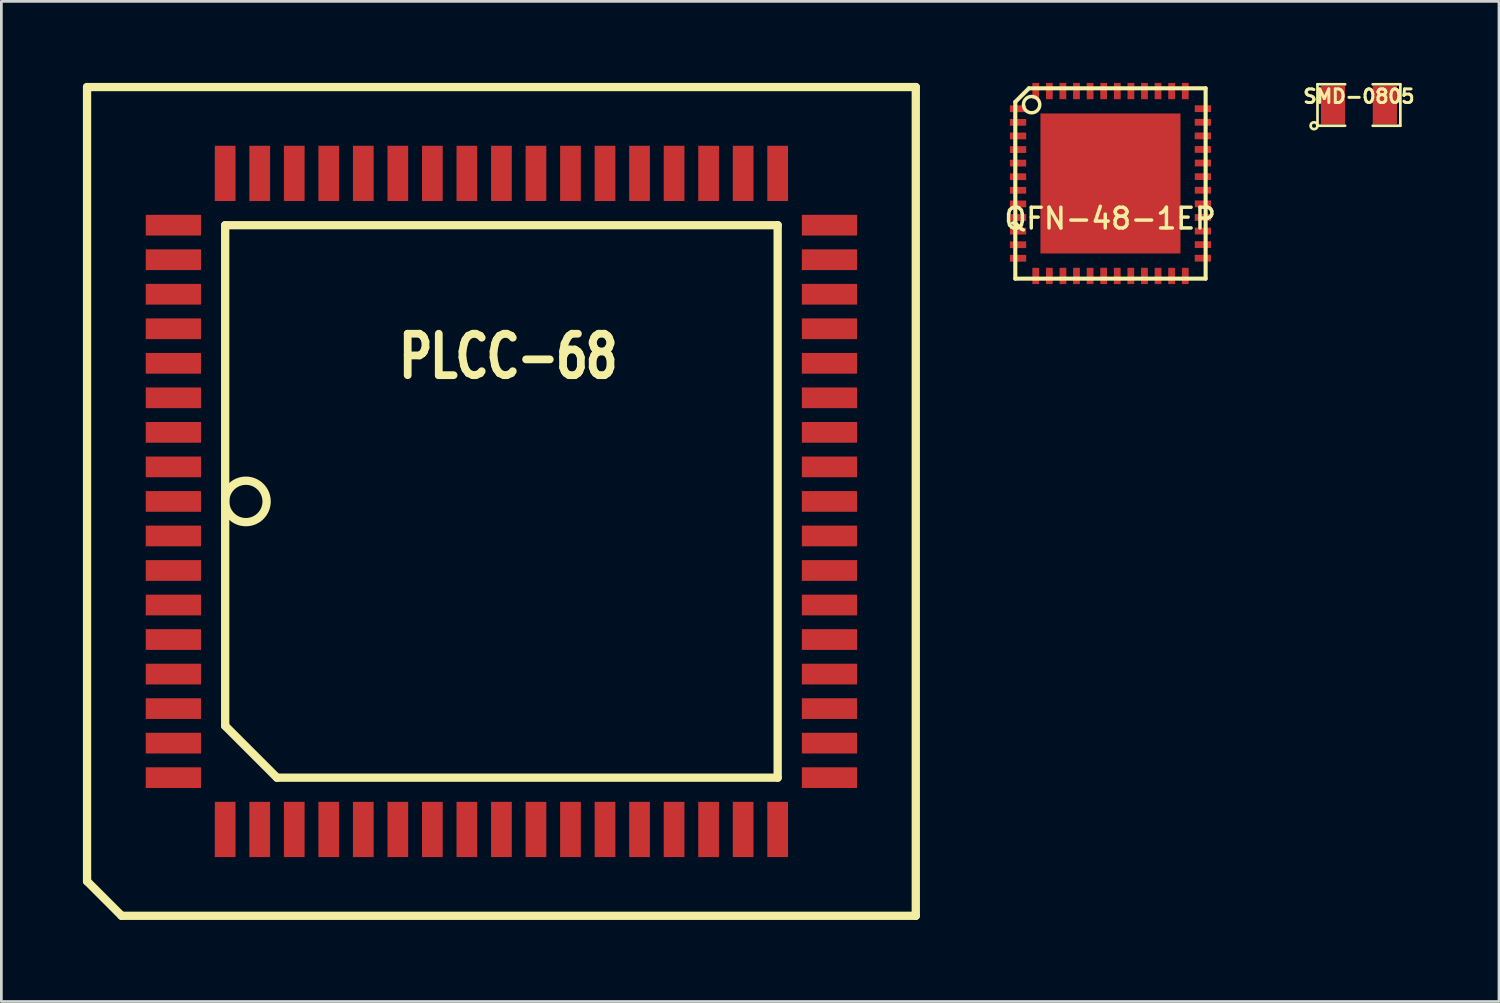
<source format=kicad_pcb>
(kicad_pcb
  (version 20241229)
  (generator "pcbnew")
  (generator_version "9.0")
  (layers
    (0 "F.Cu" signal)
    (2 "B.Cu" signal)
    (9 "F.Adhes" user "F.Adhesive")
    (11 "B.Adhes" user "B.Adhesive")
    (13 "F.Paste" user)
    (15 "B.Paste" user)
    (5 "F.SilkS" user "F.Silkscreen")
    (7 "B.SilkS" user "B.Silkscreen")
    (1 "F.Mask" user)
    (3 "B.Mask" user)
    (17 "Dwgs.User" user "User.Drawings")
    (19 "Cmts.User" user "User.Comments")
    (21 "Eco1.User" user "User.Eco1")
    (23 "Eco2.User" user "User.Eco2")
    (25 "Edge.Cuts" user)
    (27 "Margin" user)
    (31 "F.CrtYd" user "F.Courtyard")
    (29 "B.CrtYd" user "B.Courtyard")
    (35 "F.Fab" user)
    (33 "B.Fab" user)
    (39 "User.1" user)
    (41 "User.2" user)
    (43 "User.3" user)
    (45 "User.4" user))
  (footprint "SMD-0805"
    (layer "F.Cu")
    (at 46.93 0.812)
    (property "Reference" "SMD-0805" (at 0 -0.318 0) (layer "F.SilkS") (effects (font (size 0.5 0.5) (thickness 0.109))))
    (attr smd)
    (fp_line (start -1.524 -0.762) (end -0.508 -0.762) (stroke (width 0.099) (type solid)) (layer "F.SilkS"))
    (fp_line (start -1.524 0.762) (end -1.524 -0.762) (stroke (width 0.099) (type solid)) (layer "F.SilkS"))
    (fp_line (start -0.508 0.762) (end -1.524 0.762) (stroke (width 0.099) (type solid)) (layer "F.SilkS"))
    (fp_line (start 0.508 -0.762) (end 1.524 -0.762) (stroke (width 0.099) (type solid)) (layer "F.SilkS"))
    (fp_line (start 1.524 -0.762) (end 1.524 0.762) (stroke (width 0.099) (type solid)) (layer "F.SilkS"))
    (fp_line (start 1.524 0.762) (end 0.508 0.762) (stroke (width 0.099) (type solid)) (layer "F.SilkS"))
    (fp_circle (center -1.651 0.762) (end -1.651 0.635) (stroke (width 0.099) (type solid)) (fill no) (layer "F.SilkS"))
    (pad "1" smd rect (at -0.953 0) (size 0.889 1.397) (layers "F.Cu" "F.Mask" "F.Paste"))
    (pad "2" smd rect (at 0.953 0) (size 0.889 1.397) (layers "F.Cu" "F.Mask" "F.Paste")))
  (footprint "PLCC-68"
    (layer "F.Cu")
    (at 15.392 15.392)
    (property "Reference" "PLCC-68" (at 0.254 -5.334 0) (layer "F.SilkS") (effects (font (size 1.524 1.143) (thickness 0.305))))
    (attr smd)
    (fp_line (start -15.24 -15.24) (end -15.24 13.97) (stroke (width 0.305) (type solid)) (layer "F.SilkS"))
    (fp_line (start -15.24 13.97) (end -13.97 15.24) (stroke (width 0.305) (type solid)) (layer "F.SilkS"))
    (fp_line (start -13.97 15.24) (end 15.24 15.24) (stroke (width 0.305) (type solid)) (layer "F.SilkS"))
    (fp_line (start -10.16 -10.16) (end 10.16 -10.16) (stroke (width 0.305) (type solid)) (layer "F.SilkS"))
    (fp_line (start -10.16 8.255) (end -10.16 -10.16) (stroke (width 0.305) (type solid)) (layer "F.SilkS"))
    (fp_line (start -8.255 10.16) (end -10.16 8.255) (stroke (width 0.305) (type solid)) (layer "F.SilkS"))
    (fp_line (start 10.16 -10.16) (end 10.16 10.16) (stroke (width 0.305) (type solid)) (layer "F.SilkS"))
    (fp_line (start 10.16 10.16) (end -8.255 10.16) (stroke (width 0.305) (type solid)) (layer "F.SilkS"))
    (fp_line (start 15.24 -15.24) (end -15.24 -15.24) (stroke (width 0.305) (type solid)) (layer "F.SilkS"))
    (fp_line (start 15.24 15.24) (end 15.24 -15.24) (stroke (width 0.305) (type solid)) (layer "F.SilkS"))
    (fp_circle (center -9.398 0) (end -10.16 0) (stroke (width 0.305) (type solid)) (fill no) (layer "F.SilkS"))
    (pad "1" smd rect (at -12.065 0) (size 2.032 0.762) (layers "F.Cu" "F.Mask" "F.Paste"))
    (pad "2" smd rect (at -12.065 1.27) (size 2.032 0.762) (layers "F.Cu" "F.Mask" "F.Paste"))
    (pad "3" smd rect (at -12.065 2.54) (size 2.032 0.762) (layers "F.Cu" "F.Mask" "F.Paste"))
    (pad "4" smd rect (at -12.065 3.81) (size 2.032 0.762) (layers "F.Cu" "F.Mask" "F.Paste"))
    (pad "5" smd rect (at -12.065 5.08) (size 2.032 0.762) (layers "F.Cu" "F.Mask" "F.Paste"))
    (pad "6" smd rect (at -12.065 6.35) (size 2.032 0.762) (layers "F.Cu" "F.Mask" "F.Paste"))
    (pad "7" smd rect (at -12.065 7.62) (size 2.032 0.762) (layers "F.Cu" "F.Mask" "F.Paste"))
    (pad "8" smd rect (at -12.065 8.89) (size 2.032 0.762) (layers "F.Cu" "F.Mask" "F.Paste"))
    (pad "9" smd rect (at -12.065 10.16) (size 2.032 0.762) (layers "F.Cu" "F.Mask" "F.Paste"))
    (pad "10" smd rect (at -10.16 12.065) (size 0.762 2.032) (layers "F.Cu" "F.Mask" "F.Paste"))
    (pad "11" smd rect (at -8.89 12.065) (size 0.762 2.032) (layers "F.Cu" "F.Mask" "F.Paste"))
    (pad "12" smd rect (at -7.62 12.065) (size 0.762 2.032) (layers "F.Cu" "F.Mask" "F.Paste"))
    (pad "13" smd rect (at -6.35 12.065) (size 0.762 2.032) (layers "F.Cu" "F.Mask" "F.Paste"))
    (pad "14" smd rect (at -5.08 12.065) (size 0.762 2.032) (layers "F.Cu" "F.Mask" "F.Paste"))
    (pad "15" smd rect (at -3.81 12.065) (size 0.762 2.032) (layers "F.Cu" "F.Mask" "F.Paste"))
    (pad "16" smd rect (at -2.54 12.065) (size 0.762 2.032) (layers "F.Cu" "F.Mask" "F.Paste"))
    (pad "17" smd rect (at -1.27 12.065) (size 0.762 2.032) (layers "F.Cu" "F.Mask" "F.Paste"))
    (pad "18" smd rect (at 0 12.065) (size 0.762 2.032) (layers "F.Cu" "F.Mask" "F.Paste"))
    (pad "19" smd rect (at 1.27 12.065) (size 0.762 2.032) (layers "F.Cu" "F.Mask" "F.Paste"))
    (pad "20" smd rect (at 2.54 12.065) (size 0.762 2.032) (layers "F.Cu" "F.Mask" "F.Paste"))
    (pad "21" smd rect (at 3.81 12.065) (size 0.762 2.032) (layers "F.Cu" "F.Mask" "F.Paste"))
    (pad "22" smd rect (at 5.08 12.065) (size 0.762 2.032) (layers "F.Cu" "F.Mask" "F.Paste"))
    (pad "23" smd rect (at 6.35 12.065) (size 0.762 2.032) (layers "F.Cu" "F.Mask" "F.Paste"))
    (pad "24" smd rect (at 7.62 12.065) (size 0.762 2.032) (layers "F.Cu" "F.Mask" "F.Paste"))
    (pad "25" smd rect (at 8.89 12.065) (size 0.762 2.032) (layers "F.Cu" "F.Mask" "F.Paste"))
    (pad "26" smd rect (at 10.16 12.065) (size 0.762 2.032) (layers "F.Cu" "F.Mask" "F.Paste"))
    (pad "27" smd rect (at 12.065 10.16) (size 2.032 0.762) (layers "F.Cu" "F.Mask" "F.Paste"))
    (pad "28" smd rect (at 12.065 8.89) (size 2.032 0.762) (layers "F.Cu" "F.Mask" "F.Paste"))
    (pad "29" smd rect (at 12.065 7.62) (size 2.032 0.762) (layers "F.Cu" "F.Mask" "F.Paste"))
    (pad "30" smd rect (at 12.065 6.35) (size 2.032 0.762) (layers "F.Cu" "F.Mask" "F.Paste"))
    (pad "31" smd rect (at 12.065 5.08) (size 2.032 0.762) (layers "F.Cu" "F.Mask" "F.Paste"))
    (pad "32" smd rect (at 12.065 3.81) (size 2.032 0.762) (layers "F.Cu" "F.Mask" "F.Paste"))
    (pad "33" smd rect (at 12.065 2.54) (size 2.032 0.762) (layers "F.Cu" "F.Mask" "F.Paste"))
    (pad "34" smd rect (at 12.065 1.27) (size 2.032 0.762) (layers "F.Cu" "F.Mask" "F.Paste"))
    (pad "35" smd rect (at 12.065 0) (size 2.032 0.762) (layers "F.Cu" "F.Mask" "F.Paste"))
    (pad "36" smd rect (at 12.065 -1.27) (size 2.032 0.762) (layers "F.Cu" "F.Mask" "F.Paste"))
    (pad "37" smd rect (at 12.065 -2.54) (size 2.032 0.762) (layers "F.Cu" "F.Mask" "F.Paste"))
    (pad "38" smd rect (at 12.065 -3.81) (size 2.032 0.762) (layers "F.Cu" "F.Mask" "F.Paste"))
    (pad "39" smd rect (at 12.065 -5.08) (size 2.032 0.762) (layers "F.Cu" "F.Mask" "F.Paste"))
    (pad "40" smd rect (at 12.065 -6.35) (size 2.032 0.762) (layers "F.Cu" "F.Mask" "F.Paste"))
    (pad "41" smd rect (at 12.065 -7.62) (size 2.032 0.762) (layers "F.Cu" "F.Mask" "F.Paste"))
    (pad "42" smd rect (at 12.065 -8.89) (size 2.032 0.762) (layers "F.Cu" "F.Mask" "F.Paste"))
    (pad "43" smd rect (at 12.065 -10.16) (size 2.032 0.762) (layers "F.Cu" "F.Mask" "F.Paste"))
    (pad "44" smd rect (at 10.16 -12.065) (size 0.762 2.032) (layers "F.Cu" "F.Mask" "F.Paste"))
    (pad "45" smd rect (at 8.89 -12.065) (size 0.762 2.032) (layers "F.Cu" "F.Mask" "F.Paste"))
    (pad "46" smd rect (at 7.62 -12.065) (size 0.762 2.032) (layers "F.Cu" "F.Mask" "F.Paste"))
    (pad "47" smd rect (at 6.35 -12.065) (size 0.762 2.032) (layers "F.Cu" "F.Mask" "F.Paste"))
    (pad "48" smd rect (at 5.08 -12.065) (size 0.762 2.032) (layers "F.Cu" "F.Mask" "F.Paste"))
    (pad "49" smd rect (at 3.81 -12.065) (size 0.762 2.032) (layers "F.Cu" "F.Mask" "F.Paste"))
    (pad "50" smd rect (at 2.54 -12.065) (size 0.762 2.032) (layers "F.Cu" "F.Mask" "F.Paste"))
    (pad "51" smd rect (at 1.27 -12.065) (size 0.762 2.032) (layers "F.Cu" "F.Mask" "F.Paste"))
    (pad "52" smd rect (at 0 -12.065) (size 0.762 2.032) (layers "F.Cu" "F.Mask" "F.Paste"))
    (pad "53" smd rect (at -1.27 -12.065) (size 0.762 2.032) (layers "F.Cu" "F.Mask" "F.Paste"))
    (pad "54" smd rect (at -2.54 -12.065) (size 0.762 2.032) (layers "F.Cu" "F.Mask" "F.Paste"))
    (pad "55" smd rect (at -3.81 -12.065) (size 0.762 2.032) (layers "F.Cu" "F.Mask" "F.Paste"))
    (pad "56" smd rect (at -5.08 -12.065) (size 0.762 2.032) (layers "F.Cu" "F.Mask" "F.Paste"))
    (pad "57" smd rect (at -6.35 -12.065) (size 0.762 2.032) (layers "F.Cu" "F.Mask" "F.Paste"))
    (pad "58" smd rect (at -7.62 -12.065) (size 0.762 2.032) (layers "F.Cu" "F.Mask" "F.Paste"))
    (pad "59" smd rect (at -8.89 -12.065) (size 0.762 2.032) (layers "F.Cu" "F.Mask" "F.Paste"))
    (pad "60" smd rect (at -10.16 -12.065) (size 0.762 2.032) (layers "F.Cu" "F.Mask" "F.Paste"))
    (pad "61" smd rect (at -12.065 -10.16) (size 2.032 0.762) (layers "F.Cu" "F.Mask" "F.Paste"))
    (pad "62" smd rect (at -12.065 -8.89) (size 2.032 0.762) (layers "F.Cu" "F.Mask" "F.Paste"))
    (pad "63" smd rect (at -12.065 -7.62) (size 2.032 0.762) (layers "F.Cu" "F.Mask" "F.Paste"))
    (pad "64" smd rect (at -12.065 -6.35) (size 2.032 0.762) (layers "F.Cu" "F.Mask" "F.Paste"))
    (pad "65" smd rect (at -12.065 -5.08) (size 2.032 0.762) (layers "F.Cu" "F.Mask" "F.Paste"))
    (pad "66" smd rect (at -12.065 -3.81) (size 2.032 0.762) (layers "F.Cu" "F.Mask" "F.Paste"))
    (pad "67" smd rect (at -12.065 -2.54) (size 2.032 0.762) (layers "F.Cu" "F.Mask" "F.Paste"))
    (pad "68" smd rect (at -12.065 -1.27) (size 2.032 0.762) (layers "F.Cu" "F.Mask" "F.Paste")))
  (footprint "QFN-48-1EP"
    (layer "F.Cu")
    (at 37.792 3.698)
    (property "Reference" "QFN-48-1EP" (at -0.01 1.29 0) (layer "F.SilkS") (effects (font (size 0.762 0.762) (thickness 0.127))))
    (attr smd)
    (fp_line (start -3.5 3.5) (end -3.5 -3) (stroke (width 0.15) (type solid)) (layer "F.SilkS"))
    (fp_line (start -3 -3.5) (end -3.5 -3) (stroke (width 0.15) (type solid)) (layer "F.SilkS"))
    (fp_line (start -3 -3.5) (end 3.5 -3.5) (stroke (width 0.15) (type solid)) (layer "F.SilkS"))
    (fp_line (start 3.5 -3.5) (end 3.5 3.5) (stroke (width 0.15) (type solid)) (layer "F.SilkS"))
    (fp_line (start 3.5 3.5) (end -3.5 3.5) (stroke (width 0.15) (type solid)) (layer "F.SilkS"))
    (fp_circle (center -2.9 -2.9) (end -2.9 -3.2) (stroke (width 0.127) (type solid)) (fill no) (layer "F.SilkS"))
    (pad "1" smd rect (at -3.399 -2.748) (size 0.599 0.249) (layers "F.Cu" "F.Mask" "F.Paste"))
    (pad "2" smd rect (at -3.399 -2.248) (size 0.599 0.249) (layers "F.Cu" "F.Mask" "F.Paste"))
    (pad "3" smd rect (at -3.399 -1.748) (size 0.599 0.249) (layers "F.Cu" "F.Mask" "F.Paste"))
    (pad "4" smd rect (at -3.399 -1.247) (size 0.599 0.249) (layers "F.Cu" "F.Mask" "F.Paste"))
    (pad "5" smd rect (at -3.399 -0.749) (size 0.599 0.249) (layers "F.Cu" "F.Mask" "F.Paste"))
    (pad "6" smd rect (at -3.399 -0.249) (size 0.599 0.249) (layers "F.Cu" "F.Mask" "F.Paste"))
    (pad "7" smd rect (at -3.399 0.251) (size 0.599 0.249) (layers "F.Cu" "F.Mask" "F.Paste"))
    (pad "8" smd rect (at -3.399 0.752) (size 0.599 0.249) (layers "F.Cu" "F.Mask" "F.Paste"))
    (pad "9" smd rect (at -3.399 1.252) (size 0.599 0.249) (layers "F.Cu" "F.Mask" "F.Paste"))
    (pad "10" smd rect (at -3.399 1.753) (size 0.599 0.249) (layers "F.Cu" "F.Mask" "F.Paste"))
    (pad "11" smd rect (at -3.399 2.253) (size 0.599 0.249) (layers "F.Cu" "F.Mask" "F.Paste"))
    (pad "12" smd rect (at -3.399 2.751) (size 0.599 0.249) (layers "F.Cu" "F.Mask" "F.Paste"))
    (pad "13" smd rect (at -2.748 3.401) (size 0.249 0.599) (layers "F.Cu" "F.Mask" "F.Paste"))
    (pad "14" smd rect (at -2.248 3.401) (size 0.249 0.599) (layers "F.Cu" "F.Mask" "F.Paste"))
    (pad "15" smd rect (at -1.748 3.401) (size 0.249 0.599) (layers "F.Cu" "F.Mask" "F.Paste"))
    (pad "16" smd rect (at -1.25 3.401) (size 0.249 0.599) (layers "F.Cu" "F.Mask" "F.Paste"))
    (pad "17" smd rect (at -0.749 3.401) (size 0.249 0.599) (layers "F.Cu" "F.Mask" "F.Paste"))
    (pad "18" smd rect (at -0.25 3.4) (size 0.249 0.599) (layers "F.Cu" "F.Mask" "F.Paste"))
    (pad "19" smd rect (at 0.249 3.401) (size 0.249 0.599) (layers "F.Cu" "F.Mask" "F.Paste"))
    (pad "20" smd rect (at 0.749 3.401) (size 0.249 0.599) (layers "F.Cu" "F.Mask" "F.Paste"))
    (pad "21" smd rect (at 1.25 3.401) (size 0.249 0.599) (layers "F.Cu" "F.Mask" "F.Paste"))
    (pad "22" smd rect (at 1.75 3.401) (size 0.249 0.599) (layers "F.Cu" "F.Mask" "F.Paste"))
    (pad "23" smd rect (at 2.25 3.401) (size 0.249 0.599) (layers "F.Cu" "F.Mask" "F.Paste"))
    (pad "24" smd rect (at 2.751 3.401) (size 0.249 0.599) (layers "F.Cu" "F.Mask" "F.Paste"))
    (pad "25" smd rect (at 3.399 2.748) (size 0.599 0.249) (layers "F.Cu" "F.Mask" "F.Paste"))
    (pad "26" smd rect (at 3.401 2.248) (size 0.599 0.249) (layers "F.Cu" "F.Mask" "F.Paste"))
    (pad "27" smd rect (at 3.401 1.75) (size 0.599 0.249) (layers "F.Cu" "F.Mask" "F.Paste"))
    (pad "28" smd rect (at 3.401 1.25) (size 0.599 0.249) (layers "F.Cu" "F.Mask" "F.Paste"))
    (pad "29" smd rect (at 3.401 0.749) (size 0.599 0.249) (layers "F.Cu" "F.Mask" "F.Paste"))
    (pad "30" smd rect (at 3.401 0.249) (size 0.599 0.249) (layers "F.Cu" "F.Mask" "F.Paste"))
    (pad "31" smd rect (at 3.401 -0.251) (size 0.599 0.249) (layers "F.Cu" "F.Mask" "F.Paste"))
    (pad "32" smd rect (at 3.401 -0.752) (size 0.599 0.249) (layers "F.Cu" "F.Mask" "F.Paste"))
    (pad "33" smd rect (at 3.399 -1.252) (size 0.599 0.249) (layers "F.Cu" "F.Mask" "F.Paste"))
    (pad "34" smd rect (at 3.399 -1.75) (size 0.599 0.249) (layers "F.Cu" "F.Mask" "F.Paste"))
    (pad "35" smd rect (at 3.399 -2.25) (size 0.599 0.249) (layers "F.Cu" "F.Mask" "F.Paste"))
    (pad "36" smd rect (at 3.399 -2.751) (size 0.599 0.249) (layers "F.Cu" "F.Mask" "F.Paste"))
    (pad "37" smd rect (at 2.751 -3.399) (size 0.249 0.599) (layers "F.Cu" "F.Mask" "F.Paste"))
    (pad "38" smd rect (at 2.25 -3.399) (size 0.249 0.599) (layers "F.Cu" "F.Mask" "F.Paste"))
    (pad "39" smd rect (at 1.75 -3.399) (size 0.249 0.599) (layers "F.Cu" "F.Mask" "F.Paste"))
    (pad "40" smd rect (at 1.252 -3.399) (size 0.249 0.599) (layers "F.Cu" "F.Mask" "F.Paste"))
    (pad "41" smd rect (at 0.752 -3.399) (size 0.249 0.599) (layers "F.Cu" "F.Mask" "F.Paste"))
    (pad "42" smd rect (at 0.251 -3.399) (size 0.249 0.599) (layers "F.Cu" "F.Mask" "F.Paste"))
    (pad "43" smd rect (at -0.249 -3.399) (size 0.249 0.599) (layers "F.Cu" "F.Mask" "F.Paste"))
    (pad "44" smd rect (at -0.749 -3.399) (size 0.249 0.599) (layers "F.Cu" "F.Mask" "F.Paste"))
    (pad "45" smd rect (at -1.25 -3.399) (size 0.249 0.599) (layers "F.Cu" "F.Mask" "F.Paste"))
    (pad "46" smd rect (at -1.75 -3.399) (size 0.249 0.599) (layers "F.Cu" "F.Mask" "F.Paste"))
    (pad "47" smd rect (at -2.248 -3.399) (size 0.249 0.599) (layers "F.Cu" "F.Mask" "F.Paste"))
    (pad "48" smd rect (at -2.748 -3.399) (size 0.249 0.599) (layers "F.Cu" "F.Mask" "F.Paste"))
    (pad "49" smd rect (at 0 0 270) (size 5.15 5.15) (layers "F.Cu" "F.Mask" "F.Paste")))
  (gr_rect
    (start -3 -3)
    (end 52.081 33.785)
    (stroke (width 0.1) (type default))
    (fill no)
    (layer "Edge.Cuts")))
</source>
